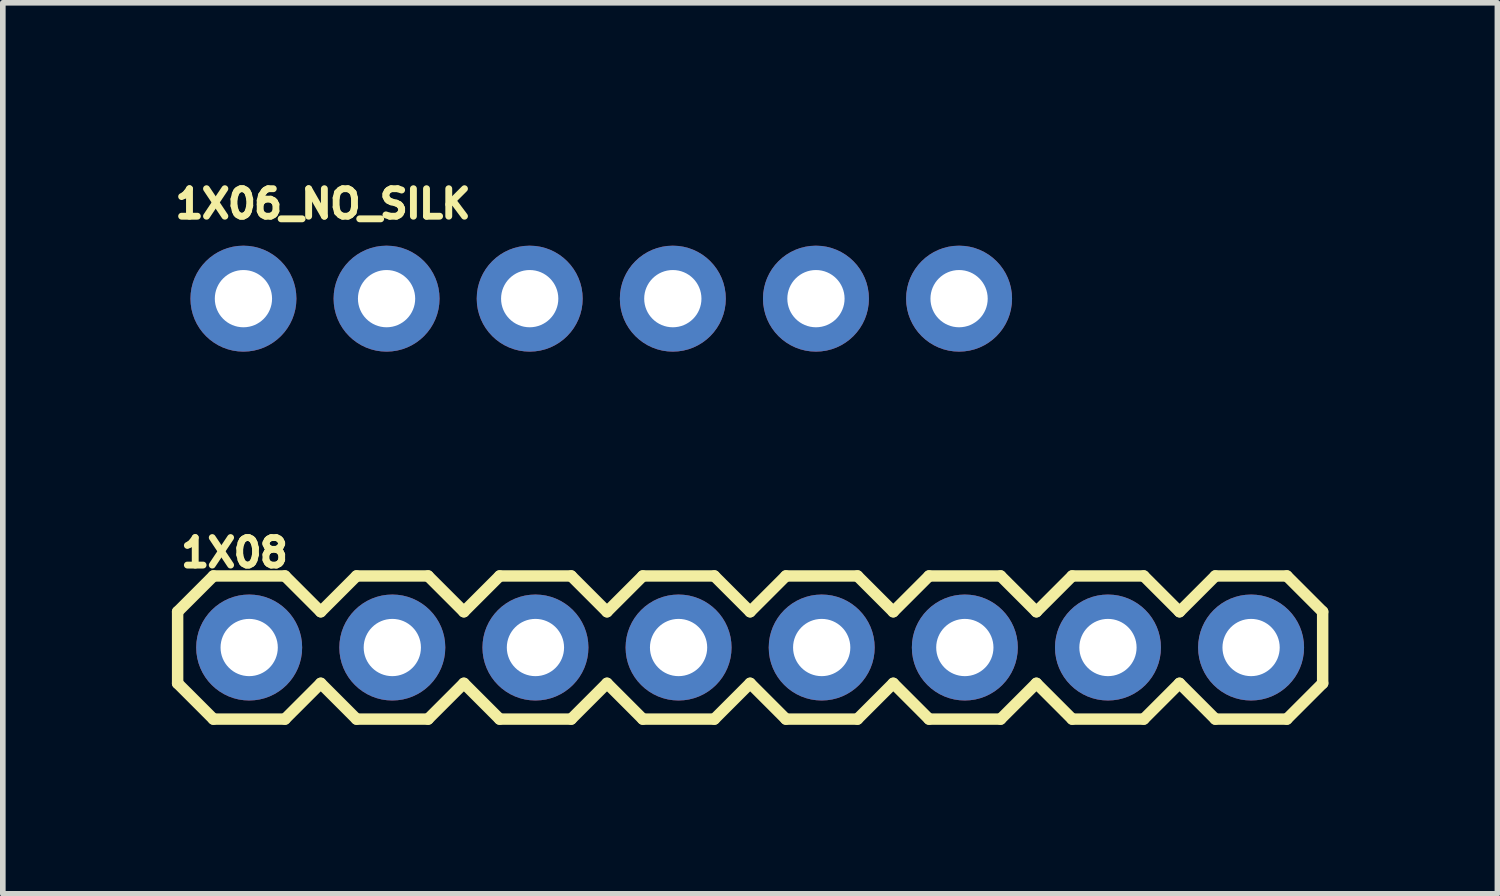
<source format=kicad_pcb>
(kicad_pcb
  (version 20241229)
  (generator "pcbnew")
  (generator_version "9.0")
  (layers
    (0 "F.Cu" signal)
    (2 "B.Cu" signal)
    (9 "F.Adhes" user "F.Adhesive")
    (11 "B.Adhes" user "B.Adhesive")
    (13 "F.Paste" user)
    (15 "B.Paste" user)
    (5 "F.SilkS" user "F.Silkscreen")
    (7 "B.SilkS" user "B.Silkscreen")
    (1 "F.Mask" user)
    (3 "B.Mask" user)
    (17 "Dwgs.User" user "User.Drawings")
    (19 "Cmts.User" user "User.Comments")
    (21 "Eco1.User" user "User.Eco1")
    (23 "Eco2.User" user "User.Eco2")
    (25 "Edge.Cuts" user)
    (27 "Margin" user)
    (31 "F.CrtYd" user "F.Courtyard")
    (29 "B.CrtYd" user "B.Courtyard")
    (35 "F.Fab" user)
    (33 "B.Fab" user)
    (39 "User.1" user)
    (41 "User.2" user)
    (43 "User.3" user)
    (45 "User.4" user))
  (footprint "1X06_NO_SILK"
    (layer "F.Cu")
    (at 1.27 2.25)
    (property "Reference" "1X06_NO_SILK" (at -1.27 -1.397 0) (layer "F.SilkS") (effects (font (size 0.488 0.488) (thickness 0.122)) (justify left bottom)))
    (fp_poly (pts (xy -0.254 0.254) (xy 0.254 0.254) (xy 0.254 -0.254) (xy -0.254 -0.254)) (stroke (width 0.1) (type solid)) (fill no) (layer "F.Fab"))
    (fp_poly (pts (xy 2.286 0.254) (xy 2.794 0.254) (xy 2.794 -0.254) (xy 2.286 -0.254)) (stroke (width 0.1) (type solid)) (fill no) (layer "F.Fab"))
    (fp_poly (pts (xy 4.826 0.254) (xy 5.334 0.254) (xy 5.334 -0.254) (xy 4.826 -0.254)) (stroke (width 0.1) (type solid)) (fill no) (layer "F.Fab"))
    (fp_poly (pts (xy 7.366 0.254) (xy 7.874 0.254) (xy 7.874 -0.254) (xy 7.366 -0.254)) (stroke (width 0.1) (type solid)) (fill no) (layer "F.Fab"))
    (fp_poly (pts (xy 9.906 0.254) (xy 10.414 0.254) (xy 10.414 -0.254) (xy 9.906 -0.254)) (stroke (width 0.1) (type solid)) (fill no) (layer "F.Fab"))
    (fp_poly (pts (xy 12.446 0.254) (xy 12.954 0.254) (xy 12.954 -0.254) (xy 12.446 -0.254)) (stroke (width 0.1) (type solid)) (fill no) (layer "F.Fab"))
    (pad "1" thru_hole circle (at 0 0 90) (size 1.88 1.88) (drill 1.016) (layers "*.Cu" "*.Mask"))
    (pad "2" thru_hole circle (at 2.54 0 90) (size 1.88 1.88) (drill 1.016) (layers "*.Cu" "*.Mask"))
    (pad "3" thru_hole circle (at 5.08 0 90) (size 1.88 1.88) (drill 1.016) (layers "*.Cu" "*.Mask"))
    (pad "4" thru_hole circle (at 7.62 0 90) (size 1.88 1.88) (drill 1.016) (layers "*.Cu" "*.Mask"))
    (pad "5" thru_hole circle (at 10.16 0 90) (size 1.88 1.88) (drill 1.016) (layers "*.Cu" "*.Mask"))
    (pad "6" thru_hole circle (at 12.7 0 90) (size 1.88 1.88) (drill 1.016) (layers "*.Cu" "*.Mask")))
  (footprint "1X08"
    (layer "F.Cu")
    (at 1.372 8.441)
    (property "Reference" "1X08" (at -1.27 -1.397 0) (layer "F.SilkS") (effects (font (size 0.488 0.488) (thickness 0.122)) (justify left bottom)))
    (fp_line (start -1.27 -0.635) (end -1.27 0.635) (stroke (width 0.203) (type solid)) (layer "F.SilkS"))
    (fp_line (start -1.27 0.635) (end -0.635 1.27) (stroke (width 0.203) (type solid)) (layer "F.SilkS"))
    (fp_line (start -0.635 -1.27) (end -1.27 -0.635) (stroke (width 0.203) (type solid)) (layer "F.SilkS"))
    (fp_line (start -0.635 -1.27) (end 0.635 -1.27) (stroke (width 0.203) (type solid)) (layer "F.SilkS"))
    (fp_line (start 0.635 -1.27) (end 1.27 -0.635) (stroke (width 0.203) (type solid)) (layer "F.SilkS"))
    (fp_line (start 0.635 1.27) (end -0.635 1.27) (stroke (width 0.203) (type solid)) (layer "F.SilkS"))
    (fp_line (start 1.27 -0.635) (end 1.905 -1.27) (stroke (width 0.203) (type solid)) (layer "F.SilkS"))
    (fp_line (start 1.27 0.635) (end 0.635 1.27) (stroke (width 0.203) (type solid)) (layer "F.SilkS"))
    (fp_line (start 1.905 -1.27) (end 3.175 -1.27) (stroke (width 0.203) (type solid)) (layer "F.SilkS"))
    (fp_line (start 1.905 1.27) (end 1.27 0.635) (stroke (width 0.203) (type solid)) (layer "F.SilkS"))
    (fp_line (start 3.175 -1.27) (end 3.81 -0.635) (stroke (width 0.203) (type solid)) (layer "F.SilkS"))
    (fp_line (start 3.175 1.27) (end 1.905 1.27) (stroke (width 0.203) (type solid)) (layer "F.SilkS"))
    (fp_line (start 3.81 -0.635) (end 4.445 -1.27) (stroke (width 0.203) (type solid)) (layer "F.SilkS"))
    (fp_line (start 3.81 0.635) (end 3.175 1.27) (stroke (width 0.203) (type solid)) (layer "F.SilkS"))
    (fp_line (start 4.445 -1.27) (end 5.715 -1.27) (stroke (width 0.203) (type solid)) (layer "F.SilkS"))
    (fp_line (start 4.445 1.27) (end 3.81 0.635) (stroke (width 0.203) (type solid)) (layer "F.SilkS"))
    (fp_line (start 5.715 -1.27) (end 6.35 -0.635) (stroke (width 0.203) (type solid)) (layer "F.SilkS"))
    (fp_line (start 5.715 1.27) (end 4.445 1.27) (stroke (width 0.203) (type solid)) (layer "F.SilkS"))
    (fp_line (start 6.35 0.635) (end 5.715 1.27) (stroke (width 0.203) (type solid)) (layer "F.SilkS"))
    (fp_line (start 6.35 0.635) (end 6.985 1.27) (stroke (width 0.203) (type solid)) (layer "F.SilkS"))
    (fp_line (start 6.985 -1.27) (end 6.35 -0.635) (stroke (width 0.203) (type solid)) (layer "F.SilkS"))
    (fp_line (start 6.985 -1.27) (end 8.255 -1.27) (stroke (width 0.203) (type solid)) (layer "F.SilkS"))
    (fp_line (start 8.255 -1.27) (end 8.89 -0.635) (stroke (width 0.203) (type solid)) (layer "F.SilkS"))
    (fp_line (start 8.255 1.27) (end 6.985 1.27) (stroke (width 0.203) (type solid)) (layer "F.SilkS"))
    (fp_line (start 8.89 -0.635) (end 9.525 -1.27) (stroke (width 0.203) (type solid)) (layer "F.SilkS"))
    (fp_line (start 8.89 0.635) (end 8.255 1.27) (stroke (width 0.203) (type solid)) (layer "F.SilkS"))
    (fp_line (start 9.525 -1.27) (end 10.795 -1.27) (stroke (width 0.203) (type solid)) (layer "F.SilkS"))
    (fp_line (start 9.525 1.27) (end 8.89 0.635) (stroke (width 0.203) (type solid)) (layer "F.SilkS"))
    (fp_line (start 10.795 -1.27) (end 11.43 -0.635) (stroke (width 0.203) (type solid)) (layer "F.SilkS"))
    (fp_line (start 10.795 1.27) (end 9.525 1.27) (stroke (width 0.203) (type solid)) (layer "F.SilkS"))
    (fp_line (start 11.43 -0.635) (end 12.065 -1.27) (stroke (width 0.203) (type solid)) (layer "F.SilkS"))
    (fp_line (start 11.43 0.635) (end 10.795 1.27) (stroke (width 0.203) (type solid)) (layer "F.SilkS"))
    (fp_line (start 12.065 -1.27) (end 13.335 -1.27) (stroke (width 0.203) (type solid)) (layer "F.SilkS"))
    (fp_line (start 12.065 1.27) (end 11.43 0.635) (stroke (width 0.203) (type solid)) (layer "F.SilkS"))
    (fp_line (start 13.335 -1.27) (end 13.97 -0.635) (stroke (width 0.203) (type solid)) (layer "F.SilkS"))
    (fp_line (start 13.335 1.27) (end 12.065 1.27) (stroke (width 0.203) (type solid)) (layer "F.SilkS"))
    (fp_line (start 13.97 0.635) (end 13.335 1.27) (stroke (width 0.203) (type solid)) (layer "F.SilkS"))
    (fp_line (start 13.97 0.635) (end 14.605 1.27) (stroke (width 0.203) (type solid)) (layer "F.SilkS"))
    (fp_line (start 14.605 -1.27) (end 13.97 -0.635) (stroke (width 0.203) (type solid)) (layer "F.SilkS"))
    (fp_line (start 14.605 -1.27) (end 15.875 -1.27) (stroke (width 0.203) (type solid)) (layer "F.SilkS"))
    (fp_line (start 15.875 -1.27) (end 16.51 -0.635) (stroke (width 0.203) (type solid)) (layer "F.SilkS"))
    (fp_line (start 15.875 1.27) (end 14.605 1.27) (stroke (width 0.203) (type solid)) (layer "F.SilkS"))
    (fp_line (start 16.51 0.635) (end 15.875 1.27) (stroke (width 0.203) (type solid)) (layer "F.SilkS"))
    (fp_line (start 16.51 0.635) (end 17.145 1.27) (stroke (width 0.203) (type solid)) (layer "F.SilkS"))
    (fp_line (start 17.145 -1.27) (end 16.51 -0.635) (stroke (width 0.203) (type solid)) (layer "F.SilkS"))
    (fp_line (start 17.145 -1.27) (end 18.415 -1.27) (stroke (width 0.203) (type solid)) (layer "F.SilkS"))
    (fp_line (start 18.415 -1.27) (end 19.05 -0.635) (stroke (width 0.203) (type solid)) (layer "F.SilkS"))
    (fp_line (start 18.415 1.27) (end 17.145 1.27) (stroke (width 0.203) (type solid)) (layer "F.SilkS"))
    (fp_line (start 19.05 -0.635) (end 19.05 0.635) (stroke (width 0.203) (type solid)) (layer "F.SilkS"))
    (fp_line (start 19.05 0.635) (end 18.415 1.27) (stroke (width 0.203) (type solid)) (layer "F.SilkS"))
    (fp_poly (pts (xy -0.254 0.254) (xy 0.254 0.254) (xy 0.254 -0.254) (xy -0.254 -0.254)) (stroke (width 0.1) (type solid)) (fill no) (layer "F.Fab"))
    (fp_poly (pts (xy 2.286 0.254) (xy 2.794 0.254) (xy 2.794 -0.254) (xy 2.286 -0.254)) (stroke (width 0.1) (type solid)) (fill no) (layer "F.Fab"))
    (fp_poly (pts (xy 4.826 0.254) (xy 5.334 0.254) (xy 5.334 -0.254) (xy 4.826 -0.254)) (stroke (width 0.1) (type solid)) (fill no) (layer "F.Fab"))
    (fp_poly (pts (xy 7.366 0.254) (xy 7.874 0.254) (xy 7.874 -0.254) (xy 7.366 -0.254)) (stroke (width 0.1) (type solid)) (fill no) (layer "F.Fab"))
    (fp_poly (pts (xy 9.906 0.254) (xy 10.414 0.254) (xy 10.414 -0.254) (xy 9.906 -0.254)) (stroke (width 0.1) (type solid)) (fill no) (layer "F.Fab"))
    (fp_poly (pts (xy 12.446 0.254) (xy 12.954 0.254) (xy 12.954 -0.254) (xy 12.446 -0.254)) (stroke (width 0.1) (type solid)) (fill no) (layer "F.Fab"))
    (fp_poly (pts (xy 14.986 0.254) (xy 15.494 0.254) (xy 15.494 -0.254) (xy 14.986 -0.254)) (stroke (width 0.1) (type solid)) (fill no) (layer "F.Fab"))
    (fp_poly (pts (xy 17.526 0.254) (xy 18.034 0.254) (xy 18.034 -0.254) (xy 17.526 -0.254)) (stroke (width 0.1) (type solid)) (fill no) (layer "F.Fab"))
    (pad "1" thru_hole circle (at 0 0 90) (size 1.88 1.88) (drill 1.016) (layers "*.Cu" "*.Mask"))
    (pad "2" thru_hole circle (at 2.54 0 90) (size 1.88 1.88) (drill 1.016) (layers "*.Cu" "*.Mask"))
    (pad "3" thru_hole circle (at 5.08 0 90) (size 1.88 1.88) (drill 1.016) (layers "*.Cu" "*.Mask"))
    (pad "4" thru_hole circle (at 7.62 0 90) (size 1.88 1.88) (drill 1.016) (layers "*.Cu" "*.Mask"))
    (pad "5" thru_hole circle (at 10.16 0 90) (size 1.88 1.88) (drill 1.016) (layers "*.Cu" "*.Mask"))
    (pad "6" thru_hole circle (at 12.7 0 90) (size 1.88 1.88) (drill 1.016) (layers "*.Cu" "*.Mask"))
    (pad "7" thru_hole circle (at 15.24 0 90) (size 1.88 1.88) (drill 1.016) (layers "*.Cu" "*.Mask"))
    (pad "8" thru_hole circle (at 17.78 0 90) (size 1.88 1.88) (drill 1.016) (layers "*.Cu" "*.Mask")))
  (gr_rect
    (start -3 -3)
    (end 23.523 12.812)
    (stroke (width 0.1) (type default))
    (fill no)
    (layer "Edge.Cuts")))
</source>
